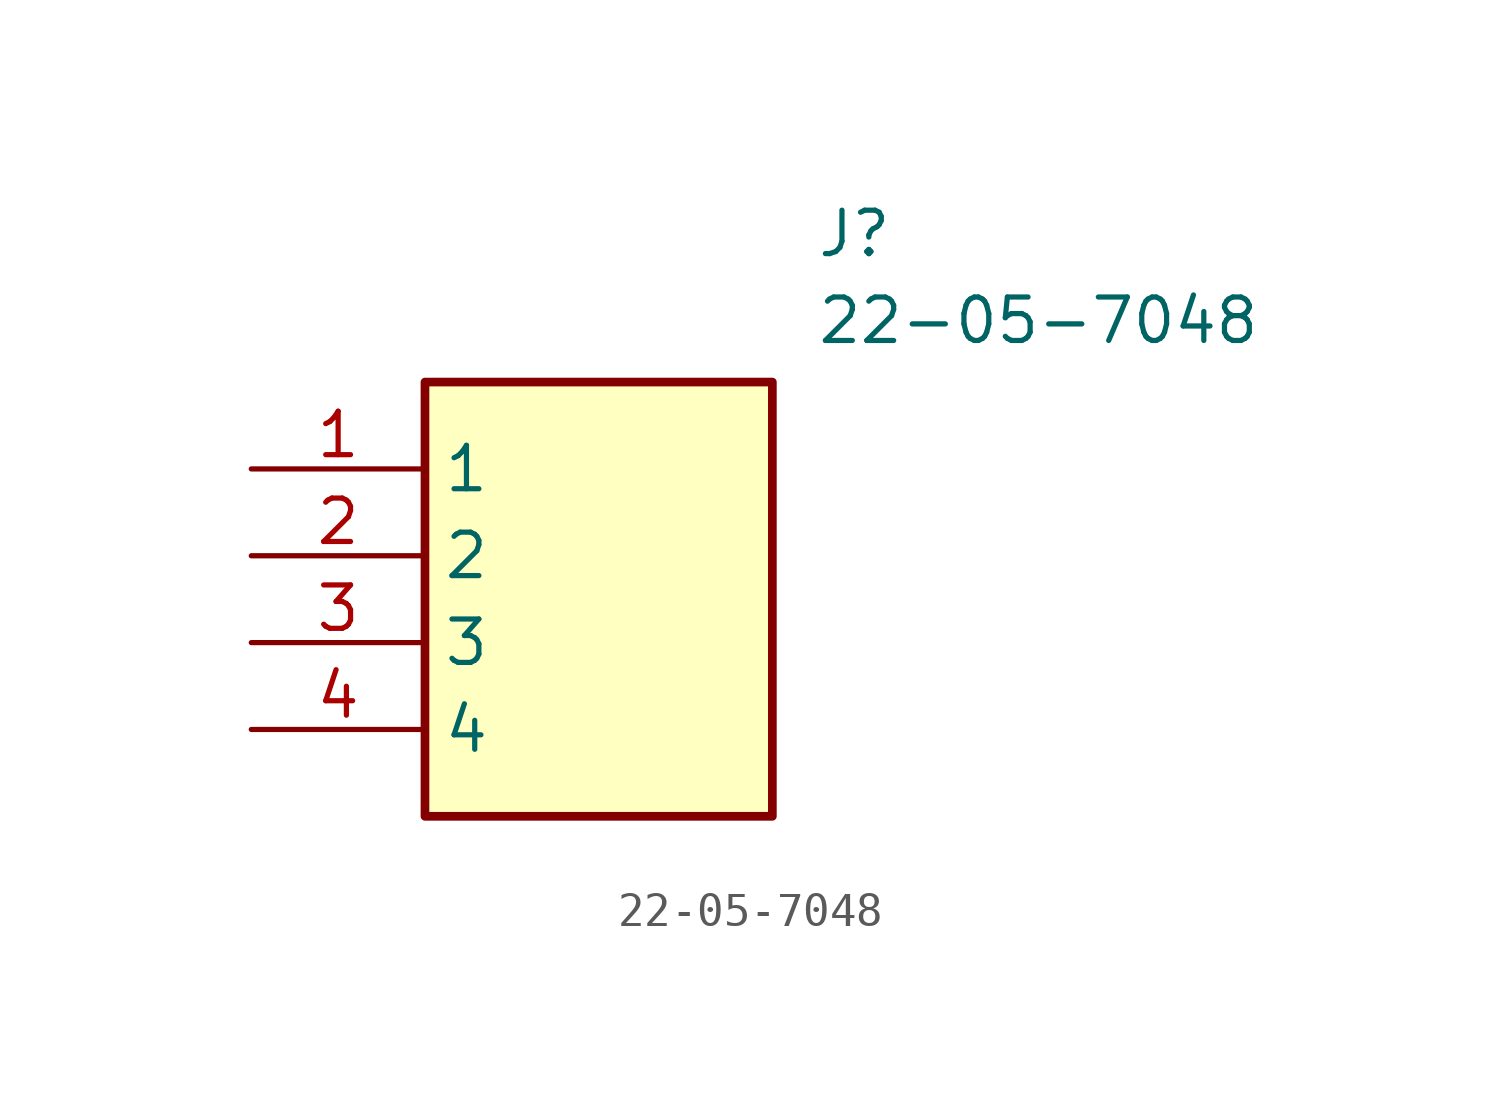
<source format=kicad_sym>
(kicad_symbol_lib
  (version 20211014)
  (generator SamacSys_ECAD_Model)
  (symbol "22-05-7048"
    (property "Reference" "J"
      (at 16.51 7.62 0)
      (effects (font (size 1.27 1.27)) (justify left top)))
    (property "Value" "22-05-7048"
      (at 16.51 5.08 0)
      (effects (font (size 1.27 1.27)) (justify left top)))
    (rectangle
      (start 5.08 2.54)
      (end 15.24 -10.16)
      (stroke (width 0.254) (type default))
      (fill (type background)))
    (pin passive line
      (at 0 0 0)
      (length 5.08)
      (name "1" (effects (font (size 1.27 1.27))))
      (number "1" (effects (font (size 1.27 1.27)))))
    (pin passive line
      (at 0 -2.54 0)
      (length 5.08)
      (name "2" (effects (font (size 1.27 1.27))))
      (number "2" (effects (font (size 1.27 1.27)))))
    (pin passive line
      (at 0 -5.08 0)
      (length 5.08)
      (name "3" (effects (font (size 1.27 1.27))))
      (number "3" (effects (font (size 1.27 1.27)))))
    (pin passive line
      (at 0 -7.62 0)
      (length 5.08)
      (name "4" (effects (font (size 1.27 1.27))))
      (number "4" (effects (font (size 1.27 1.27)))))))
</source>
